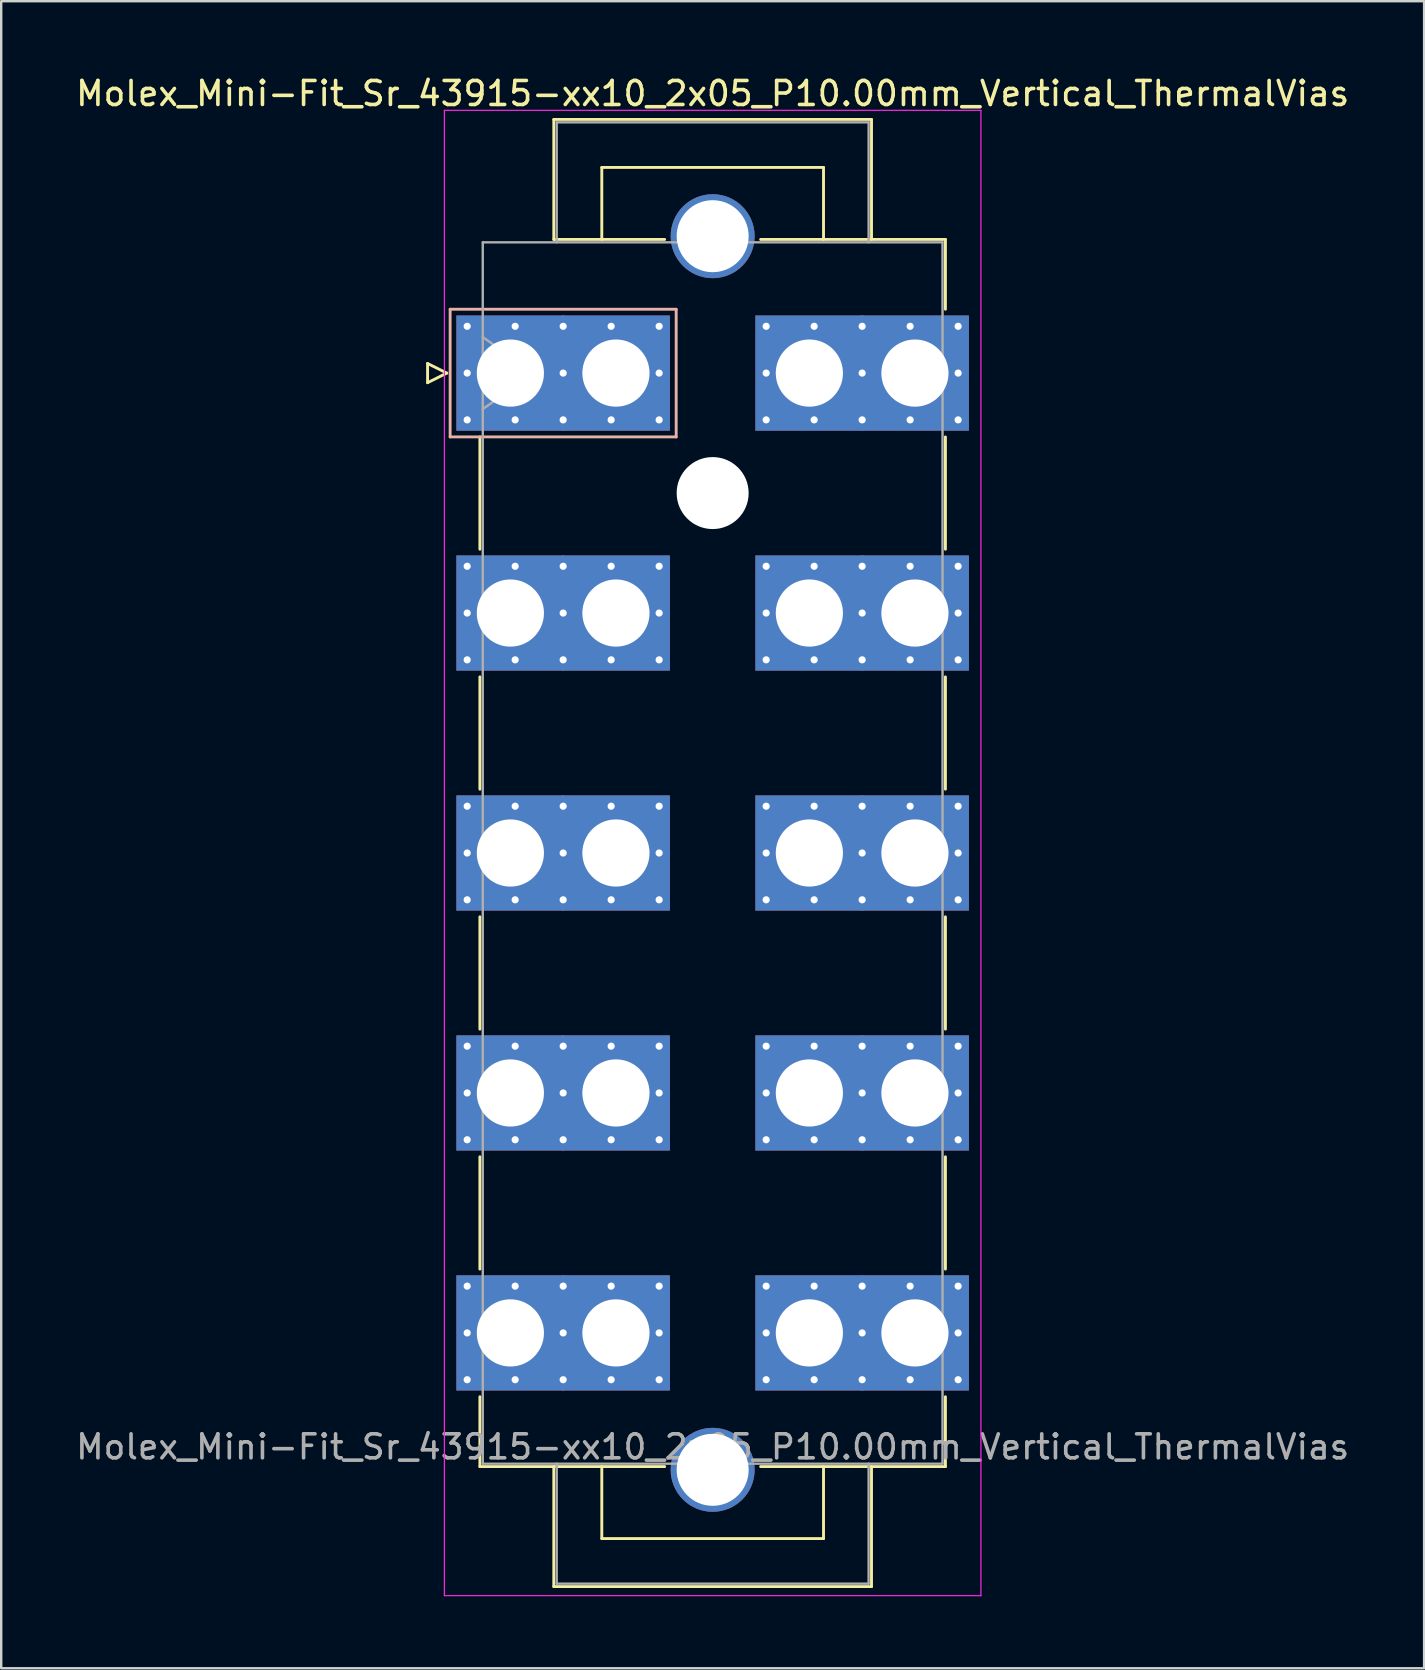
<source format=kicad_pcb>
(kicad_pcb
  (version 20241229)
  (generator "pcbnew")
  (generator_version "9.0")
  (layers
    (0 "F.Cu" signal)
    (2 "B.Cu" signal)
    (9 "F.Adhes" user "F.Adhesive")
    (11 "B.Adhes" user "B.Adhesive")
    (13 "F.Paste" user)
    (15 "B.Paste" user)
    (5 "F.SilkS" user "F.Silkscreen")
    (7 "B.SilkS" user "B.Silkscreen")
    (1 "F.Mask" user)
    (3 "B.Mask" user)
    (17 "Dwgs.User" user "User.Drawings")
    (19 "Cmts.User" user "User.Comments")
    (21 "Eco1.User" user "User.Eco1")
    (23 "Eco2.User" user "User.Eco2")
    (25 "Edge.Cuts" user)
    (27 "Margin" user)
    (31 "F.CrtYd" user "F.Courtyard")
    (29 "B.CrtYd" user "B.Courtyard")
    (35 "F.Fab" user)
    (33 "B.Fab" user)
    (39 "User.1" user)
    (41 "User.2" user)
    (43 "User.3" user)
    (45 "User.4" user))
  (footprint "Molex_Mini-Fit_Sr_43915-xx10_2x05_P10.00mm_Vertical_ThermalVias"
    (layer "F.Cu")
    (at 18.219 12.498)
    (property "Reference" "Molex_Mini-Fit_Sr_43915-xx10_2x05_P10.00mm_Vertical_ThermalVias" (at 8.43 -11.65 0) (layer "F.SilkS") (effects (font (size 1 1) (thickness 0.15))))
    (attr through_hole)
    (fp_line (start -3.45 -0.4) (end -3.45 0.4) (stroke (width 0.12) (type solid)) (layer "F.SilkS"))
    (fp_line (start -3.45 0.4) (end -2.65 0) (stroke (width 0.12) (type solid)) (layer "F.SilkS"))
    (fp_line (start -2.65 0) (end -3.45 -0.4) (stroke (width 0.12) (type solid)) (layer "F.SilkS"))
    (fp_line (start -1.27 2.66) (end -1.27 7.34) (stroke (width 0.12) (type solid)) (layer "F.SilkS"))
    (fp_line (start -1.27 12.66) (end -1.27 17.34) (stroke (width 0.12) (type solid)) (layer "F.SilkS"))
    (fp_line (start -1.27 22.66) (end -1.27 27.34) (stroke (width 0.12) (type solid)) (layer "F.SilkS"))
    (fp_line (start -1.27 32.66) (end -1.27 37.34) (stroke (width 0.12) (type solid)) (layer "F.SilkS"))
    (fp_line (start -1.27 42.66) (end -1.27 45.57) (stroke (width 0.12) (type solid)) (layer "F.SilkS"))
    (fp_line (start -1.27 45.57) (end 6.43 45.57) (stroke (width 0.12) (type solid)) (layer "F.SilkS"))
    (fp_line (start 1.81 -10.57) (end 15.05 -10.57) (stroke (width 0.12) (type solid)) (layer "F.SilkS"))
    (fp_line (start 1.81 -5.57) (end 1.81 -10.57) (stroke (width 0.12) (type solid)) (layer "F.SilkS"))
    (fp_line (start 1.81 45.57) (end 1.81 50.57) (stroke (width 0.12) (type solid)) (layer "F.SilkS"))
    (fp_line (start 1.81 50.57) (end 15.05 50.57) (stroke (width 0.12) (type solid)) (layer "F.SilkS"))
    (fp_line (start 3.81 -8.57) (end 13.05 -8.57) (stroke (width 0.12) (type solid)) (layer "F.SilkS"))
    (fp_line (start 3.81 -5.57) (end 3.81 -8.57) (stroke (width 0.12) (type solid)) (layer "F.SilkS"))
    (fp_line (start 3.81 45.57) (end 3.81 48.57) (stroke (width 0.12) (type solid)) (layer "F.SilkS"))
    (fp_line (start 3.81 48.57) (end 13.05 48.57) (stroke (width 0.12) (type solid)) (layer "F.SilkS"))
    (fp_line (start 6.43 -5.57) (end 1.81 -5.57) (stroke (width 0.12) (type solid)) (layer "F.SilkS"))
    (fp_line (start 13.05 -8.57) (end 13.05 -5.57) (stroke (width 0.12) (type solid)) (layer "F.SilkS"))
    (fp_line (start 13.05 48.57) (end 13.05 45.57) (stroke (width 0.12) (type solid)) (layer "F.SilkS"))
    (fp_line (start 15.05 -10.57) (end 15.05 -5.57) (stroke (width 0.12) (type solid)) (layer "F.SilkS"))
    (fp_line (start 15.05 50.57) (end 15.05 45.57) (stroke (width 0.12) (type solid)) (layer "F.SilkS"))
    (fp_line (start 18.13 -5.57) (end 10.43 -5.57) (stroke (width 0.12) (type solid)) (layer "F.SilkS"))
    (fp_line (start 18.13 -2.66) (end 18.13 -5.57) (stroke (width 0.12) (type solid)) (layer "F.SilkS"))
    (fp_line (start 18.13 2.66) (end 18.13 7.34) (stroke (width 0.12) (type solid)) (layer "F.SilkS"))
    (fp_line (start 18.13 12.66) (end 18.13 17.34) (stroke (width 0.12) (type solid)) (layer "F.SilkS"))
    (fp_line (start 18.13 22.66) (end 18.13 27.34) (stroke (width 0.12) (type solid)) (layer "F.SilkS"))
    (fp_line (start 18.13 32.66) (end 18.13 37.34) (stroke (width 0.12) (type solid)) (layer "F.SilkS"))
    (fp_line (start 18.13 42.66) (end 18.13 45.57) (stroke (width 0.12) (type solid)) (layer "F.SilkS"))
    (fp_line (start 18.13 45.57) (end 10.43 45.57) (stroke (width 0.12) (type solid)) (layer "F.SilkS"))
    (fp_line (start -2.51 -2.66) (end -2.51 2.66) (stroke (width 0.12) (type solid)) (layer "B.SilkS"))
    (fp_line (start -2.51 2.66) (end 6.91 2.66) (stroke (width 0.12) (type solid)) (layer "B.SilkS"))
    (fp_line (start 6.91 -2.66) (end -2.51 -2.66) (stroke (width 0.12) (type solid)) (layer "B.SilkS"))
    (fp_line (start 6.91 2.66) (end 6.91 -2.66) (stroke (width 0.12) (type solid)) (layer "B.SilkS"))
    (fp_line (start -2.75 -10.95) (end -2.75 50.95) (stroke (width 0.05) (type solid)) (layer "F.CrtYd"))
    (fp_line (start -2.75 50.95) (end 19.61 50.95) (stroke (width 0.05) (type solid)) (layer "F.CrtYd"))
    (fp_line (start 19.61 -10.95) (end -2.75 -10.95) (stroke (width 0.05) (type solid)) (layer "F.CrtYd"))
    (fp_line (start 19.61 50.95) (end 19.61 -10.95) (stroke (width 0.05) (type solid)) (layer "F.CrtYd"))
    (fp_line (start -1.15 -5.45) (end -1.15 45.45) (stroke (width 0.1) (type solid)) (layer "F.Fab"))
    (fp_line (start -1.15 -1.5) (end 0.971 0) (stroke (width 0.1) (type solid)) (layer "F.Fab"))
    (fp_line (start -1.15 45.45) (end 18.01 45.45) (stroke (width 0.1) (type solid)) (layer "F.Fab"))
    (fp_line (start 0.971 0) (end -1.15 1.5) (stroke (width 0.1) (type solid)) (layer "F.Fab"))
    (fp_line (start 1.93 -10.45) (end 14.93 -10.45) (stroke (width 0.1) (type solid)) (layer "F.Fab"))
    (fp_line (start 1.93 -5.45) (end 1.93 -10.45) (stroke (width 0.1) (type solid)) (layer "F.Fab"))
    (fp_line (start 1.93 45.45) (end 1.93 50.45) (stroke (width 0.1) (type solid)) (layer "F.Fab"))
    (fp_line (start 1.93 50.45) (end 14.93 50.45) (stroke (width 0.1) (type solid)) (layer "F.Fab"))
    (fp_line (start 14.93 -10.45) (end 14.93 -5.45) (stroke (width 0.1) (type solid)) (layer "F.Fab"))
    (fp_line (start 14.93 50.45) (end 14.93 45.45) (stroke (width 0.1) (type solid)) (layer "F.Fab"))
    (fp_line (start 18.01 -5.45) (end -1.15 -5.45) (stroke (width 0.1) (type solid)) (layer "F.Fab"))
    (fp_line (start 18.01 45.45) (end 18.01 -5.45) (stroke (width 0.1) (type solid)) (layer "F.Fab"))
    (fp_text user "${REFERENCE}" (at 8.43 44.75 0) (layer "F.Fab") (effects (font (size 1 1) (thickness 0.15))))
    (pad "" thru_hole circle (at 8.43 -5.705) (size 3.5 3.5) (drill 3) (layers "*.Cu" "*.Mask"))
    (pad "" np_thru_hole circle (at 8.43 5) (size 3 3) (drill 3) (layers "*.Cu" "*.Mask"))
    (pad "" thru_hole circle (at 8.43 45.705) (size 3.5 3.5) (drill 3) (layers "*.Cu" "*.Mask"))
    (pad "1" thru_hole rect (at -1.8 -1.95) (size 0.6 0.6) (drill 0.3) (layers "*.Cu" "*.Mask"))
    (pad "1" thru_hole rect (at -1.8 0) (size 0.6 0.6) (drill 0.3) (layers "*.Cu" "*.Mask"))
    (pad "1" thru_hole rect (at -1.8 1.95) (size 0.6 0.6) (drill 0.3) (layers "*.Cu" "*.Mask"))
    (pad "1" thru_hole rect (at 0 0) (size 4.5 4.8) (drill 2.8) (layers "*.Cu" "*.Mask"))
    (pad "1" thru_hole rect (at 0.2 -1.95) (size 0.6 0.6) (drill 0.3) (layers "*.Cu" "*.Mask"))
    (pad "1" thru_hole rect (at 0.2 1.95) (size 0.6 0.6) (drill 0.3) (layers "*.Cu" "*.Mask"))
    (pad "1" thru_hole rect (at 2.2 -1.95) (size 0.6 0.6) (drill 0.3) (layers "*.Cu" "*.Mask"))
    (pad "1" thru_hole rect (at 2.2 0) (size 0.6 0.6) (drill 0.3) (layers "*.Cu" "*.Mask"))
    (pad "1" thru_hole rect (at 2.2 1.95) (size 0.6 0.6) (drill 0.3) (layers "*.Cu" "*.Mask"))
    (pad "1" thru_hole rect (at 4.2 -1.95) (size 0.6 0.6) (drill 0.3) (layers "*.Cu" "*.Mask"))
    (pad "1" thru_hole rect (at 4.2 1.95) (size 0.6 0.6) (drill 0.3) (layers "*.Cu" "*.Mask"))
    (pad "1" thru_hole rect (at 4.4 0) (size 4.5 4.8) (drill 2.8) (layers "*.Cu" "*.Mask"))
    (pad "1" thru_hole rect (at 6.2 -1.95) (size 0.6 0.6) (drill 0.3) (layers "*.Cu" "*.Mask"))
    (pad "1" thru_hole rect (at 6.2 0) (size 0.6 0.6) (drill 0.3) (layers "*.Cu" "*.Mask"))
    (pad "1" thru_hole rect (at 6.2 1.95) (size 0.6 0.6) (drill 0.3) (layers "*.Cu" "*.Mask"))
    (pad "2" thru_hole circle (at -1.8 8.05) (size 0.6 0.6) (drill 0.3) (layers "*.Cu" "*.Mask"))
    (pad "2" thru_hole circle (at -1.8 10) (size 0.6 0.6) (drill 0.3) (layers "*.Cu" "*.Mask"))
    (pad "2" thru_hole circle (at -1.8 11.95) (size 0.6 0.6) (drill 0.3) (layers "*.Cu" "*.Mask"))
    (pad "2" thru_hole rect (at 0 10) (size 4.5 4.8) (drill 2.8) (layers "*.Cu" "*.Mask"))
    (pad "2" thru_hole circle (at 0.2 8.05) (size 0.6 0.6) (drill 0.3) (layers "*.Cu" "*.Mask"))
    (pad "2" thru_hole circle (at 0.2 11.95) (size 0.6 0.6) (drill 0.3) (layers "*.Cu" "*.Mask"))
    (pad "2" thru_hole circle (at 2.2 8.05) (size 0.6 0.6) (drill 0.3) (layers "*.Cu" "*.Mask"))
    (pad "2" thru_hole circle (at 2.2 10) (size 0.6 0.6) (drill 0.3) (layers "*.Cu" "*.Mask"))
    (pad "2" thru_hole circle (at 2.2 11.95) (size 0.6 0.6) (drill 0.3) (layers "*.Cu" "*.Mask"))
    (pad "2" thru_hole circle (at 4.2 8.05) (size 0.6 0.6) (drill 0.3) (layers "*.Cu" "*.Mask"))
    (pad "2" thru_hole circle (at 4.2 11.95) (size 0.6 0.6) (drill 0.3) (layers "*.Cu" "*.Mask"))
    (pad "2" thru_hole rect (at 4.4 10) (size 4.5 4.8) (drill 2.8) (layers "*.Cu" "*.Mask"))
    (pad "2" thru_hole circle (at 6.2 8.05) (size 0.6 0.6) (drill 0.3) (layers "*.Cu" "*.Mask"))
    (pad "2" thru_hole circle (at 6.2 10) (size 0.6 0.6) (drill 0.3) (layers "*.Cu" "*.Mask"))
    (pad "2" thru_hole circle (at 6.2 11.95) (size 0.6 0.6) (drill 0.3) (layers "*.Cu" "*.Mask"))
    (pad "3" thru_hole circle (at -1.8 18.05) (size 0.6 0.6) (drill 0.3) (layers "*.Cu" "*.Mask"))
    (pad "3" thru_hole circle (at -1.8 20) (size 0.6 0.6) (drill 0.3) (layers "*.Cu" "*.Mask"))
    (pad "3" thru_hole circle (at -1.8 21.95) (size 0.6 0.6) (drill 0.3) (layers "*.Cu" "*.Mask"))
    (pad "3" thru_hole rect (at 0 20) (size 4.5 4.8) (drill 2.8) (layers "*.Cu" "*.Mask"))
    (pad "3" thru_hole circle (at 0.2 18.05) (size 0.6 0.6) (drill 0.3) (layers "*.Cu" "*.Mask"))
    (pad "3" thru_hole circle (at 0.2 21.95) (size 0.6 0.6) (drill 0.3) (layers "*.Cu" "*.Mask"))
    (pad "3" thru_hole circle (at 2.2 18.05) (size 0.6 0.6) (drill 0.3) (layers "*.Cu" "*.Mask"))
    (pad "3" thru_hole circle (at 2.2 20) (size 0.6 0.6) (drill 0.3) (layers "*.Cu" "*.Mask"))
    (pad "3" thru_hole circle (at 2.2 21.95) (size 0.6 0.6) (drill 0.3) (layers "*.Cu" "*.Mask"))
    (pad "3" thru_hole circle (at 4.2 18.05) (size 0.6 0.6) (drill 0.3) (layers "*.Cu" "*.Mask"))
    (pad "3" thru_hole circle (at 4.2 21.95) (size 0.6 0.6) (drill 0.3) (layers "*.Cu" "*.Mask"))
    (pad "3" thru_hole rect (at 4.4 20) (size 4.5 4.8) (drill 2.8) (layers "*.Cu" "*.Mask"))
    (pad "3" thru_hole circle (at 6.2 18.05) (size 0.6 0.6) (drill 0.3) (layers "*.Cu" "*.Mask"))
    (pad "3" thru_hole circle (at 6.2 20) (size 0.6 0.6) (drill 0.3) (layers "*.Cu" "*.Mask"))
    (pad "3" thru_hole circle (at 6.2 21.95) (size 0.6 0.6) (drill 0.3) (layers "*.Cu" "*.Mask"))
    (pad "4" thru_hole circle (at -1.8 28.05) (size 0.6 0.6) (drill 0.3) (layers "*.Cu" "*.Mask"))
    (pad "4" thru_hole circle (at -1.8 30) (size 0.6 0.6) (drill 0.3) (layers "*.Cu" "*.Mask"))
    (pad "4" thru_hole circle (at -1.8 31.95) (size 0.6 0.6) (drill 0.3) (layers "*.Cu" "*.Mask"))
    (pad "4" thru_hole rect (at 0 30) (size 4.5 4.8) (drill 2.8) (layers "*.Cu" "*.Mask"))
    (pad "4" thru_hole circle (at 0.2 28.05) (size 0.6 0.6) (drill 0.3) (layers "*.Cu" "*.Mask"))
    (pad "4" thru_hole circle (at 0.2 31.95) (size 0.6 0.6) (drill 0.3) (layers "*.Cu" "*.Mask"))
    (pad "4" thru_hole circle (at 2.2 28.05) (size 0.6 0.6) (drill 0.3) (layers "*.Cu" "*.Mask"))
    (pad "4" thru_hole circle (at 2.2 30) (size 0.6 0.6) (drill 0.3) (layers "*.Cu" "*.Mask"))
    (pad "4" thru_hole circle (at 2.2 31.95) (size 0.6 0.6) (drill 0.3) (layers "*.Cu" "*.Mask"))
    (pad "4" thru_hole circle (at 4.2 28.05) (size 0.6 0.6) (drill 0.3) (layers "*.Cu" "*.Mask"))
    (pad "4" thru_hole circle (at 4.2 31.95) (size 0.6 0.6) (drill 0.3) (layers "*.Cu" "*.Mask"))
    (pad "4" thru_hole rect (at 4.4 30) (size 4.5 4.8) (drill 2.8) (layers "*.Cu" "*.Mask"))
    (pad "4" thru_hole circle (at 6.2 28.05) (size 0.6 0.6) (drill 0.3) (layers "*.Cu" "*.Mask"))
    (pad "4" thru_hole circle (at 6.2 30) (size 0.6 0.6) (drill 0.3) (layers "*.Cu" "*.Mask"))
    (pad "4" thru_hole circle (at 6.2 31.95) (size 0.6 0.6) (drill 0.3) (layers "*.Cu" "*.Mask"))
    (pad "5" thru_hole circle (at -1.8 38.05) (size 0.6 0.6) (drill 0.3) (layers "*.Cu" "*.Mask"))
    (pad "5" thru_hole circle (at -1.8 40) (size 0.6 0.6) (drill 0.3) (layers "*.Cu" "*.Mask"))
    (pad "5" thru_hole circle (at -1.8 41.95) (size 0.6 0.6) (drill 0.3) (layers "*.Cu" "*.Mask"))
    (pad "5" thru_hole rect (at 0 40) (size 4.5 4.8) (drill 2.8) (layers "*.Cu" "*.Mask"))
    (pad "5" thru_hole circle (at 0.2 38.05) (size 0.6 0.6) (drill 0.3) (layers "*.Cu" "*.Mask"))
    (pad "5" thru_hole circle (at 0.2 41.95) (size 0.6 0.6) (drill 0.3) (layers "*.Cu" "*.Mask"))
    (pad "5" thru_hole circle (at 2.2 38.05) (size 0.6 0.6) (drill 0.3) (layers "*.Cu" "*.Mask"))
    (pad "5" thru_hole circle (at 2.2 40) (size 0.6 0.6) (drill 0.3) (layers "*.Cu" "*.Mask"))
    (pad "5" thru_hole circle (at 2.2 41.95) (size 0.6 0.6) (drill 0.3) (layers "*.Cu" "*.Mask"))
    (pad "5" thru_hole circle (at 4.2 38.05) (size 0.6 0.6) (drill 0.3) (layers "*.Cu" "*.Mask"))
    (pad "5" thru_hole circle (at 4.2 41.95) (size 0.6 0.6) (drill 0.3) (layers "*.Cu" "*.Mask"))
    (pad "5" thru_hole rect (at 4.4 40) (size 4.5 4.8) (drill 2.8) (layers "*.Cu" "*.Mask"))
    (pad "5" thru_hole circle (at 6.2 38.05) (size 0.6 0.6) (drill 0.3) (layers "*.Cu" "*.Mask"))
    (pad "5" thru_hole circle (at 6.2 40) (size 0.6 0.6) (drill 0.3) (layers "*.Cu" "*.Mask"))
    (pad "5" thru_hole circle (at 6.2 41.95) (size 0.6 0.6) (drill 0.3) (layers "*.Cu" "*.Mask"))
    (pad "6" thru_hole circle (at 10.66 -1.95) (size 0.6 0.6) (drill 0.3) (layers "*.Cu" "*.Mask"))
    (pad "6" thru_hole circle (at 10.66 0) (size 0.6 0.6) (drill 0.3) (layers "*.Cu" "*.Mask"))
    (pad "6" thru_hole circle (at 10.66 1.95) (size 0.6 0.6) (drill 0.3) (layers "*.Cu" "*.Mask"))
    (pad "6" thru_hole rect (at 12.46 0) (size 4.5 4.8) (drill 2.8) (layers "*.Cu" "*.Mask"))
    (pad "6" thru_hole circle (at 12.66 -1.95) (size 0.6 0.6) (drill 0.3) (layers "*.Cu" "*.Mask"))
    (pad "6" thru_hole circle (at 12.66 1.95) (size 0.6 0.6) (drill 0.3) (layers "*.Cu" "*.Mask"))
    (pad "6" thru_hole circle (at 14.66 -1.95) (size 0.6 0.6) (drill 0.3) (layers "*.Cu" "*.Mask"))
    (pad "6" thru_hole circle (at 14.66 0) (size 0.6 0.6) (drill 0.3) (layers "*.Cu" "*.Mask"))
    (pad "6" thru_hole circle (at 14.66 1.95) (size 0.6 0.6) (drill 0.3) (layers "*.Cu" "*.Mask"))
    (pad "6" thru_hole circle (at 16.66 -1.95) (size 0.6 0.6) (drill 0.3) (layers "*.Cu" "*.Mask"))
    (pad "6" thru_hole circle (at 16.66 1.95) (size 0.6 0.6) (drill 0.3) (layers "*.Cu" "*.Mask"))
    (pad "6" thru_hole rect (at 16.86 0) (size 4.5 4.8) (drill 2.8) (layers "*.Cu" "*.Mask"))
    (pad "6" thru_hole circle (at 18.66 -1.95) (size 0.6 0.6) (drill 0.3) (layers "*.Cu" "*.Mask"))
    (pad "6" thru_hole circle (at 18.66 0) (size 0.6 0.6) (drill 0.3) (layers "*.Cu" "*.Mask"))
    (pad "6" thru_hole circle (at 18.66 1.95) (size 0.6 0.6) (drill 0.3) (layers "*.Cu" "*.Mask"))
    (pad "7" thru_hole circle (at 10.66 8.05) (size 0.6 0.6) (drill 0.3) (layers "*.Cu" "*.Mask"))
    (pad "7" thru_hole circle (at 10.66 10) (size 0.6 0.6) (drill 0.3) (layers "*.Cu" "*.Mask"))
    (pad "7" thru_hole circle (at 10.66 11.95) (size 0.6 0.6) (drill 0.3) (layers "*.Cu" "*.Mask"))
    (pad "7" thru_hole rect (at 12.46 10) (size 4.5 4.8) (drill 2.8) (layers "*.Cu" "*.Mask"))
    (pad "7" thru_hole circle (at 12.66 8.05) (size 0.6 0.6) (drill 0.3) (layers "*.Cu" "*.Mask"))
    (pad "7" thru_hole circle (at 12.66 11.95) (size 0.6 0.6) (drill 0.3) (layers "*.Cu" "*.Mask"))
    (pad "7" thru_hole circle (at 14.66 8.05) (size 0.6 0.6) (drill 0.3) (layers "*.Cu" "*.Mask"))
    (pad "7" thru_hole circle (at 14.66 10) (size 0.6 0.6) (drill 0.3) (layers "*.Cu" "*.Mask"))
    (pad "7" thru_hole circle (at 14.66 11.95) (size 0.6 0.6) (drill 0.3) (layers "*.Cu" "*.Mask"))
    (pad "7" thru_hole circle (at 16.66 8.05) (size 0.6 0.6) (drill 0.3) (layers "*.Cu" "*.Mask"))
    (pad "7" thru_hole circle (at 16.66 11.95) (size 0.6 0.6) (drill 0.3) (layers "*.Cu" "*.Mask"))
    (pad "7" thru_hole rect (at 16.86 10) (size 4.5 4.8) (drill 2.8) (layers "*.Cu" "*.Mask"))
    (pad "7" thru_hole circle (at 18.66 8.05) (size 0.6 0.6) (drill 0.3) (layers "*.Cu" "*.Mask"))
    (pad "7" thru_hole circle (at 18.66 10) (size 0.6 0.6) (drill 0.3) (layers "*.Cu" "*.Mask"))
    (pad "7" thru_hole circle (at 18.66 11.95) (size 0.6 0.6) (drill 0.3) (layers "*.Cu" "*.Mask"))
    (pad "8" thru_hole circle (at 10.66 18.05) (size 0.6 0.6) (drill 0.3) (layers "*.Cu" "*.Mask"))
    (pad "8" thru_hole circle (at 10.66 20) (size 0.6 0.6) (drill 0.3) (layers "*.Cu" "*.Mask"))
    (pad "8" thru_hole circle (at 10.66 21.95) (size 0.6 0.6) (drill 0.3) (layers "*.Cu" "*.Mask"))
    (pad "8" thru_hole rect (at 12.46 20) (size 4.5 4.8) (drill 2.8) (layers "*.Cu" "*.Mask"))
    (pad "8" thru_hole circle (at 12.66 18.05) (size 0.6 0.6) (drill 0.3) (layers "*.Cu" "*.Mask"))
    (pad "8" thru_hole circle (at 12.66 21.95) (size 0.6 0.6) (drill 0.3) (layers "*.Cu" "*.Mask"))
    (pad "8" thru_hole circle (at 14.66 18.05) (size 0.6 0.6) (drill 0.3) (layers "*.Cu" "*.Mask"))
    (pad "8" thru_hole circle (at 14.66 20) (size 0.6 0.6) (drill 0.3) (layers "*.Cu" "*.Mask"))
    (pad "8" thru_hole circle (at 14.66 21.95) (size 0.6 0.6) (drill 0.3) (layers "*.Cu" "*.Mask"))
    (pad "8" thru_hole circle (at 16.66 18.05) (size 0.6 0.6) (drill 0.3) (layers "*.Cu" "*.Mask"))
    (pad "8" thru_hole circle (at 16.66 21.95) (size 0.6 0.6) (drill 0.3) (layers "*.Cu" "*.Mask"))
    (pad "8" thru_hole rect (at 16.86 20) (size 4.5 4.8) (drill 2.8) (layers "*.Cu" "*.Mask"))
    (pad "8" thru_hole circle (at 18.66 18.05) (size 0.6 0.6) (drill 0.3) (layers "*.Cu" "*.Mask"))
    (pad "8" thru_hole circle (at 18.66 20) (size 0.6 0.6) (drill 0.3) (layers "*.Cu" "*.Mask"))
    (pad "8" thru_hole circle (at 18.66 21.95) (size 0.6 0.6) (drill 0.3) (layers "*.Cu" "*.Mask"))
    (pad "9" thru_hole circle (at 10.66 28.05) (size 0.6 0.6) (drill 0.3) (layers "*.Cu" "*.Mask"))
    (pad "9" thru_hole circle (at 10.66 30) (size 0.6 0.6) (drill 0.3) (layers "*.Cu" "*.Mask"))
    (pad "9" thru_hole circle (at 10.66 31.95) (size 0.6 0.6) (drill 0.3) (layers "*.Cu" "*.Mask"))
    (pad "9" thru_hole rect (at 12.46 30) (size 4.5 4.8) (drill 2.8) (layers "*.Cu" "*.Mask"))
    (pad "9" thru_hole circle (at 12.66 28.05) (size 0.6 0.6) (drill 0.3) (layers "*.Cu" "*.Mask"))
    (pad "9" thru_hole circle (at 12.66 31.95) (size 0.6 0.6) (drill 0.3) (layers "*.Cu" "*.Mask"))
    (pad "9" thru_hole circle (at 14.66 28.05) (size 0.6 0.6) (drill 0.3) (layers "*.Cu" "*.Mask"))
    (pad "9" thru_hole circle (at 14.66 30) (size 0.6 0.6) (drill 0.3) (layers "*.Cu" "*.Mask"))
    (pad "9" thru_hole circle (at 14.66 31.95) (size 0.6 0.6) (drill 0.3) (layers "*.Cu" "*.Mask"))
    (pad "9" thru_hole circle (at 16.66 28.05) (size 0.6 0.6) (drill 0.3) (layers "*.Cu" "*.Mask"))
    (pad "9" thru_hole circle (at 16.66 31.95) (size 0.6 0.6) (drill 0.3) (layers "*.Cu" "*.Mask"))
    (pad "9" thru_hole rect (at 16.86 30) (size 4.5 4.8) (drill 2.8) (layers "*.Cu" "*.Mask"))
    (pad "9" thru_hole circle (at 18.66 28.05) (size 0.6 0.6) (drill 0.3) (layers "*.Cu" "*.Mask"))
    (pad "9" thru_hole circle (at 18.66 30) (size 0.6 0.6) (drill 0.3) (layers "*.Cu" "*.Mask"))
    (pad "9" thru_hole circle (at 18.66 31.95) (size 0.6 0.6) (drill 0.3) (layers "*.Cu" "*.Mask"))
    (pad "10" thru_hole circle (at 10.66 38.05) (size 0.6 0.6) (drill 0.3) (layers "*.Cu" "*.Mask"))
    (pad "10" thru_hole circle (at 10.66 40) (size 0.6 0.6) (drill 0.3) (layers "*.Cu" "*.Mask"))
    (pad "10" thru_hole circle (at 10.66 41.95) (size 0.6 0.6) (drill 0.3) (layers "*.Cu" "*.Mask"))
    (pad "10" thru_hole rect (at 12.46 40) (size 4.5 4.8) (drill 2.8) (layers "*.Cu" "*.Mask"))
    (pad "10" thru_hole circle (at 12.66 38.05) (size 0.6 0.6) (drill 0.3) (layers "*.Cu" "*.Mask"))
    (pad "10" thru_hole circle (at 12.66 41.95) (size 0.6 0.6) (drill 0.3) (layers "*.Cu" "*.Mask"))
    (pad "10" thru_hole circle (at 14.66 38.05) (size 0.6 0.6) (drill 0.3) (layers "*.Cu" "*.Mask"))
    (pad "10" thru_hole circle (at 14.66 40) (size 0.6 0.6) (drill 0.3) (layers "*.Cu" "*.Mask"))
    (pad "10" thru_hole circle (at 14.66 41.95) (size 0.6 0.6) (drill 0.3) (layers "*.Cu" "*.Mask"))
    (pad "10" thru_hole circle (at 16.66 38.05) (size 0.6 0.6) (drill 0.3) (layers "*.Cu" "*.Mask"))
    (pad "10" thru_hole circle (at 16.66 41.95) (size 0.6 0.6) (drill 0.3) (layers "*.Cu" "*.Mask"))
    (pad "10" thru_hole rect (at 16.86 40) (size 4.5 4.8) (drill 2.8) (layers "*.Cu" "*.Mask"))
    (pad "10" thru_hole circle (at 18.66 38.05) (size 0.6 0.6) (drill 0.3) (layers "*.Cu" "*.Mask"))
    (pad "10" thru_hole circle (at 18.66 40) (size 0.6 0.6) (drill 0.3) (layers "*.Cu" "*.Mask"))
    (pad "10" thru_hole circle (at 18.66 41.95) (size 0.6 0.6) (drill 0.3) (layers "*.Cu" "*.Mask")))
  (gr_rect
    (start -3 -3)
    (end 56.298 66.473)
    (stroke (width 0.1) (type default))
    (fill no)
    (layer "Edge.Cuts")))
</source>
